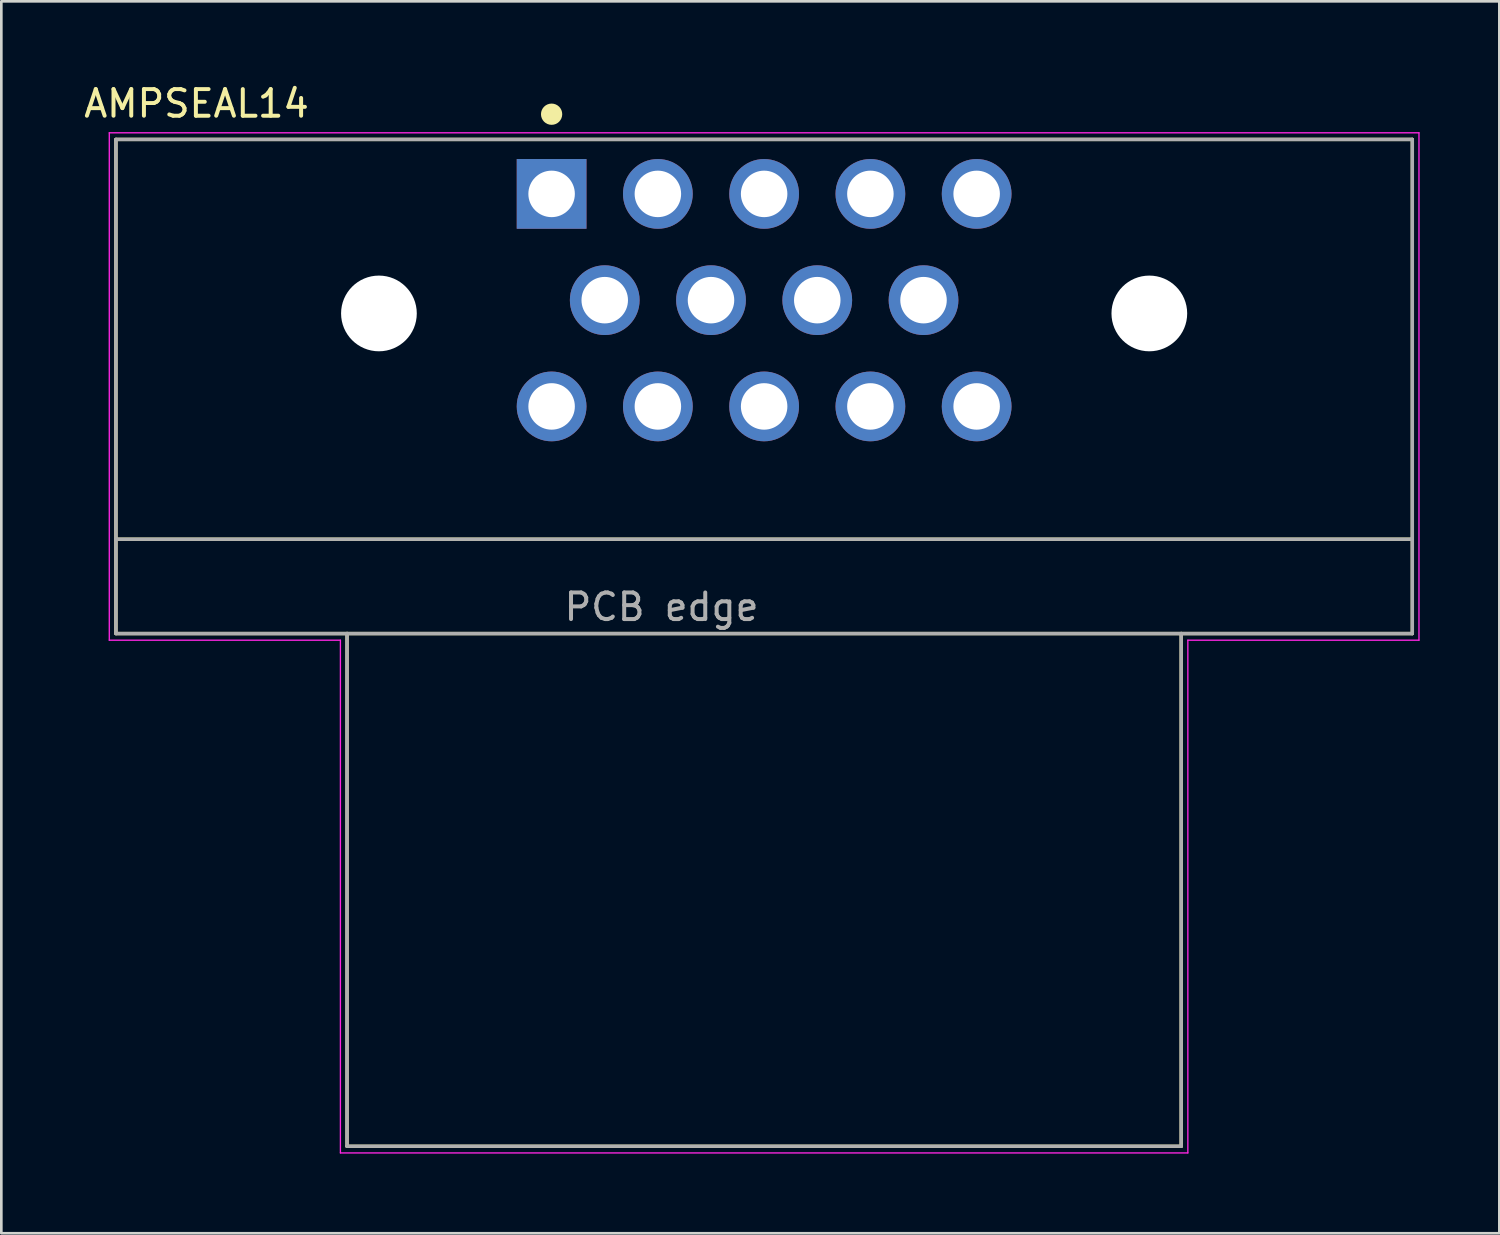
<source format=kicad_pcb>
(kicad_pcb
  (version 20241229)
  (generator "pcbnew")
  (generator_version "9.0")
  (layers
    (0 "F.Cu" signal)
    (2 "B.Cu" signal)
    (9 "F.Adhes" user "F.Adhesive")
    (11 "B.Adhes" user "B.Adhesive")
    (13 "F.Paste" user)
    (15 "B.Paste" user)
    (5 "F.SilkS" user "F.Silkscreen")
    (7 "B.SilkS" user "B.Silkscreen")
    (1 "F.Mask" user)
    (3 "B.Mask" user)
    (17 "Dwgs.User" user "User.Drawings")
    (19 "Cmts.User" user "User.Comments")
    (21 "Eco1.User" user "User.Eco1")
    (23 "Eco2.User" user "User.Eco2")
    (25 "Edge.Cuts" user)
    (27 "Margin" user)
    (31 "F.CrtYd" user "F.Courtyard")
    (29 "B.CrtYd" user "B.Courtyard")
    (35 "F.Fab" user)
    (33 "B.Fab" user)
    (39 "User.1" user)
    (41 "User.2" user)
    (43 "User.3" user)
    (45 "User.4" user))
  (footprint "AMPSEAL14"
    (layer "F.Cu")
    (at 25.714 8.249)
    (property "Reference" "AMPSEAL14" (at -21.366 -7.399 0) (layer "F.SilkS") (effects (font (size 1.002 1.002) (thickness 0.15))))
    (attr through_hole)
    (fp_line (start -24.4 -6.05) (end -24.4 9) (stroke (width 0.127) (type solid)) (layer "F.SilkS"))
    (fp_line (start -24.4 -6.05) (end 24.4 -6.05) (stroke (width 0.127) (type solid)) (layer "F.SilkS"))
    (fp_line (start -24.4 9) (end 24.4 9) (stroke (width 0.127) (type solid)) (layer "F.SilkS"))
    (fp_line (start -24.4 12.55) (end -24.4 9) (stroke (width 0.127) (type solid)) (layer "F.SilkS"))
    (fp_line (start -24.4 12.55) (end -15.7 12.55) (stroke (width 0.127) (type solid)) (layer "F.SilkS"))
    (fp_line (start -15.7 12.55) (end -15.7 31.85) (stroke (width 0.127) (type solid)) (layer "F.SilkS"))
    (fp_line (start -15.7 12.55) (end 15.7 12.55) (stroke (width 0.127) (type solid)) (layer "F.SilkS"))
    (fp_line (start -15.7 31.85) (end 15.7 31.85) (stroke (width 0.127) (type solid)) (layer "F.SilkS"))
    (fp_line (start 15.7 12.55) (end 24.4 12.55) (stroke (width 0.127) (type solid)) (layer "F.SilkS"))
    (fp_line (start 15.7 31.85) (end 15.7 12.55) (stroke (width 0.127) (type solid)) (layer "F.SilkS"))
    (fp_line (start 24.4 9) (end 24.4 -6.05) (stroke (width 0.127) (type solid)) (layer "F.SilkS"))
    (fp_line (start 24.4 9) (end 24.4 12.55) (stroke (width 0.127) (type solid)) (layer "F.SilkS"))
    (fp_circle (center -8 -7) (end -7.8 -7) (stroke (width 0.4) (type solid)) (fill no) (layer "F.SilkS"))
    (fp_line (start -24.65 -6.3) (end 24.65 -6.3) (stroke (width 0.05) (type solid)) (layer "F.CrtYd"))
    (fp_line (start -24.65 12.8) (end -24.65 -6.3) (stroke (width 0.05) (type solid)) (layer "F.CrtYd"))
    (fp_line (start -15.95 12.8) (end -24.65 12.8) (stroke (width 0.05) (type solid)) (layer "F.CrtYd"))
    (fp_line (start -15.95 32.1) (end -15.95 12.8) (stroke (width 0.05) (type solid)) (layer "F.CrtYd"))
    (fp_line (start 15.95 12.8) (end 15.95 32.1) (stroke (width 0.05) (type solid)) (layer "F.CrtYd"))
    (fp_line (start 15.95 32.1) (end -15.95 32.1) (stroke (width 0.05) (type solid)) (layer "F.CrtYd"))
    (fp_line (start 24.65 -6.3) (end 24.65 12.8) (stroke (width 0.05) (type solid)) (layer "F.CrtYd"))
    (fp_line (start 24.65 12.8) (end 15.95 12.8) (stroke (width 0.05) (type solid)) (layer "F.CrtYd"))
    (fp_line (start -24.4 -6.05) (end -24.4 9) (stroke (width 0.127) (type solid)) (layer "F.Fab"))
    (fp_line (start -24.4 9) (end 24.4 9) (stroke (width 0.127) (type solid)) (layer "F.Fab"))
    (fp_line (start -24.4 12.55) (end -24.4 9) (stroke (width 0.127) (type solid)) (layer "F.Fab"))
    (fp_line (start -24.4 12.55) (end -15.7 12.55) (stroke (width 0.127) (type solid)) (layer "F.Fab"))
    (fp_line (start -15.7 12.55) (end -15.7 31.85) (stroke (width 0.127) (type solid)) (layer "F.Fab"))
    (fp_line (start -15.7 12.55) (end 15.7 12.55) (stroke (width 0.127) (type solid)) (layer "F.Fab"))
    (fp_line (start -15.7 31.85) (end 15.7 31.85) (stroke (width 0.127) (type solid)) (layer "F.Fab"))
    (fp_line (start 15.7 12.55) (end 24.4 12.55) (stroke (width 0.127) (type solid)) (layer "F.Fab"))
    (fp_line (start 15.7 31.85) (end 15.7 12.55) (stroke (width 0.127) (type solid)) (layer "F.Fab"))
    (fp_line (start 24.4 -6.05) (end -24.4 -6.05) (stroke (width 0.127) (type solid)) (layer "F.Fab"))
    (fp_line (start 24.4 9) (end 24.4 -6.05) (stroke (width 0.127) (type solid)) (layer "F.Fab"))
    (fp_line (start 24.4 9) (end 24.4 12.55) (stroke (width 0.127) (type solid)) (layer "F.Fab"))
    (fp_circle (center -8 -4) (end -7.8 -4) (stroke (width 0.4) (type solid)) (fill no) (layer "F.Fab"))
    (fp_text user "PCB edge" (at -3.861 11.549 0) (layer "F.Fab") (effects (font (size 1.001 1.001) (thickness 0.15))))
    (pad "" np_thru_hole circle (at -14.5 0.5) (size 2.85 2.85) (drill 2.85) (layers "*.Cu" "*.Mask"))
    (pad "" np_thru_hole circle (at 14.5 0.5) (size 2.85 2.85) (drill 2.85) (layers "*.Cu" "*.Mask"))
    (pad "1" thru_hole rect (at -8 -4) (size 2.625 2.625) (drill 1.75) (layers "*.Cu" "*.Mask"))
    (pad "2" thru_hole circle (at -4 -4) (size 2.625 2.625) (drill 1.75) (layers "*.Cu" "*.Mask"))
    (pad "3" thru_hole circle (at 0 -4) (size 2.625 2.625) (drill 1.75) (layers "*.Cu" "*.Mask"))
    (pad "4" thru_hole circle (at 4 -4) (size 2.625 2.625) (drill 1.75) (layers "*.Cu" "*.Mask"))
    (pad "5" thru_hole circle (at 8 -4) (size 2.625 2.625) (drill 1.75) (layers "*.Cu" "*.Mask"))
    (pad "6" thru_hole circle (at -6 0) (size 2.625 2.625) (drill 1.75) (layers "*.Cu" "*.Mask"))
    (pad "7" thru_hole circle (at -2 0) (size 2.625 2.625) (drill 1.75) (layers "*.Cu" "*.Mask"))
    (pad "8" thru_hole circle (at 2 0) (size 2.625 2.625) (drill 1.75) (layers "*.Cu" "*.Mask"))
    (pad "9" thru_hole circle (at 6 0) (size 2.625 2.625) (drill 1.75) (layers "*.Cu" "*.Mask"))
    (pad "10" thru_hole circle (at -8 4) (size 2.625 2.625) (drill 1.75) (layers "*.Cu" "*.Mask"))
    (pad "11" thru_hole circle (at -4 4) (size 2.625 2.625) (drill 1.75) (layers "*.Cu" "*.Mask"))
    (pad "12" thru_hole circle (at 0 4) (size 2.625 2.625) (drill 1.75) (layers "*.Cu" "*.Mask"))
    (pad "13" thru_hole circle (at 4 4) (size 2.625 2.625) (drill 1.75) (layers "*.Cu" "*.Mask"))
    (pad "14" thru_hole circle (at 8 4) (size 2.625 2.625) (drill 1.75) (layers "*.Cu" "*.Mask")))
  (gr_rect
    (start -3 -3)
    (end 53.389 43.374)
    (stroke (width 0.1) (type default))
    (fill no)
    (layer "Edge.Cuts")))
</source>
